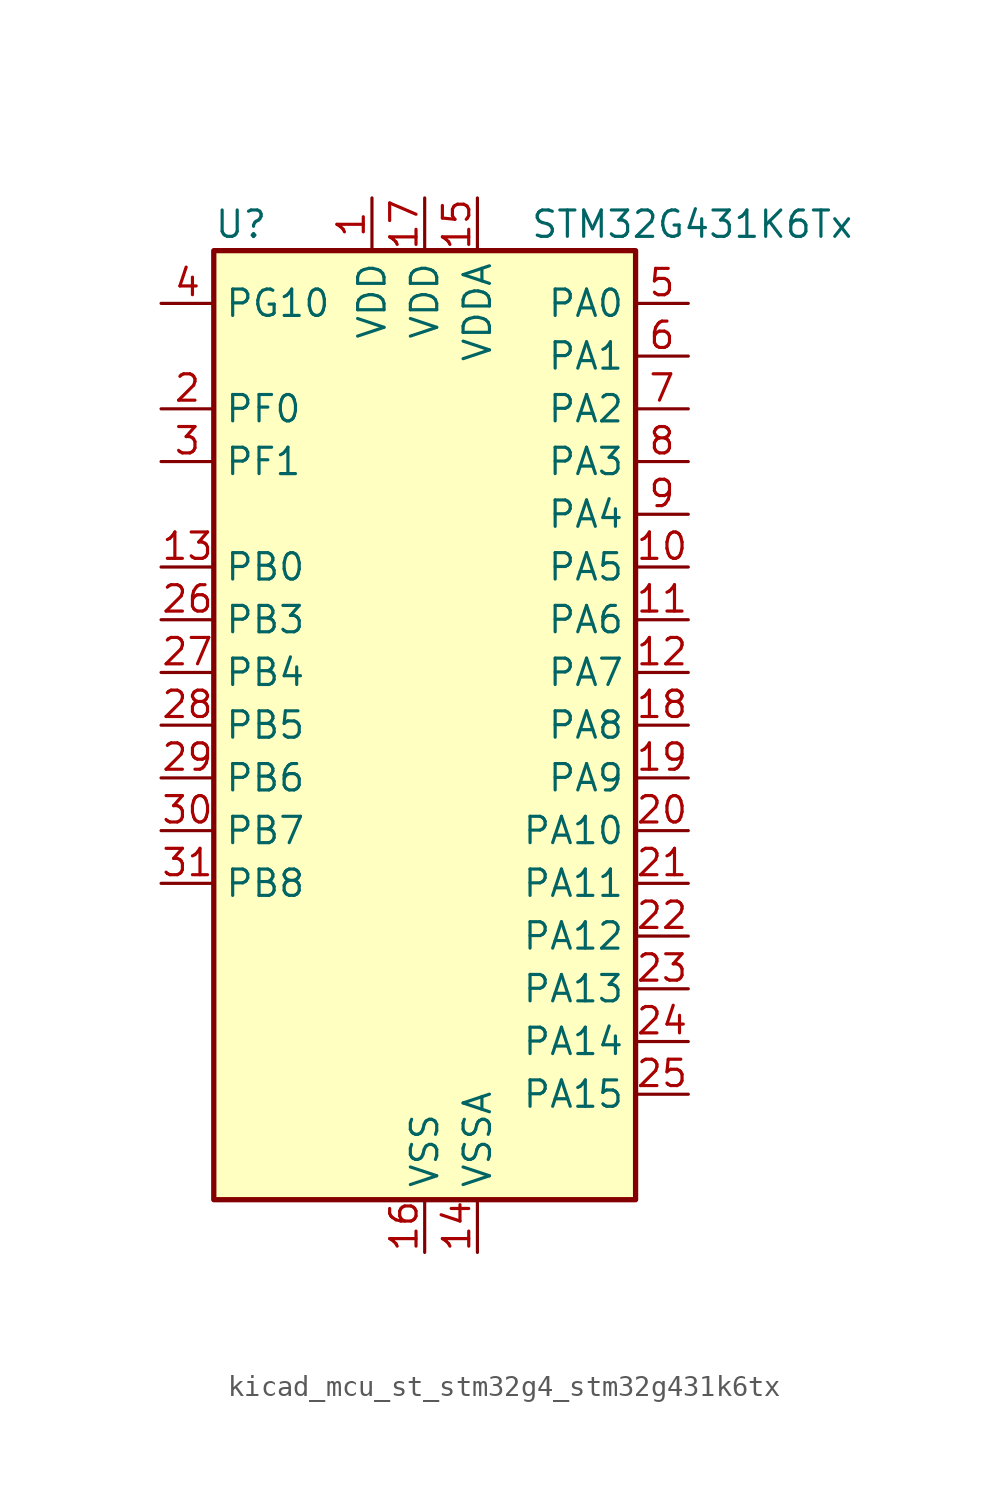
<source format=kicad_sym>
(kicad_symbol_lib
  (version 20220914)
  (generator kicad_symbol_editor)
  (symbol "kicad_mcu_st_stm32g4_stm32g431k6tx"
    (property "Reference" "U"
      (at -10.16 24.13 0)
      (effects (font (size 1.27 1.27)) (justify left)))
    (property "Value" "STM32G431K6Tx"
      (at 5.08 24.13 0)
      (effects (font (size 1.27 1.27)) (justify left)))
    (property "ki_locked" ""
      (at 0 0 0)
      (effects (font (size 1.27 1.27))))
    (symbol "kicad_mcu_st_stm32g4_stm32g431k6tx_0_1"
      (rectangle (start -10.16 -22.86) (end 10.16 22.86) (stroke (width 0.254) (type default)) (fill (type background))))
    (symbol "kicad_mcu_st_stm32g4_stm32g431k6tx_1_1"
      (pin power_in line (at -2.54 25.4 270) (length 2.54) (name "VDD" (effects (font (size 1.27 1.27)))) (number "1" (effects (font (size 1.27 1.27)))))
      (pin bidirectional line (at 12.7 7.62 180) (length 2.54) (name "PA5" (effects (font (size 1.27 1.27)))) (number "10" (effects (font (size 1.27 1.27)))) (alternate "ADC2_IN13" bidirectional line) (alternate "COMP2_INM" bidirectional line) (alternate "DAC1_OUT2" bidirectional line) (alternate "OPAMP2_VINM" bidirectional line) (alternate "OPAMP2_VINM0" bidirectional line) (alternate "OPAMP2_VINM_SEC" bidirectional line) (alternate "SPI1_SCK" bidirectional line) (alternate "TIM2_CH1" bidirectional line) (alternate "TIM2_ETR" bidirectional line) (alternate "UCPD1_FRSTX1" bidirectional line) (alternate "UCPD1_FRSTX2" bidirectional line))
      (pin bidirectional line (at 12.7 5.08 180) (length 2.54) (name "PA6" (effects (font (size 1.27 1.27)))) (number "11" (effects (font (size 1.27 1.27)))) (alternate "ADC2_IN3" bidirectional line) (alternate "COMP1_OUT" bidirectional line) (alternate "LPUART1_CTS" bidirectional line) (alternate "OPAMP2_VOUT" bidirectional line) (alternate "SPI1_MISO" bidirectional line) (alternate "TIM16_CH1" bidirectional line) (alternate "TIM1_BKIN" bidirectional line) (alternate "TIM3_CH1" bidirectional line) (alternate "TIM8_BKIN" bidirectional line))
      (pin bidirectional line (at 12.7 2.54 180) (length 2.54) (name "PA7" (effects (font (size 1.27 1.27)))) (number "12" (effects (font (size 1.27 1.27)))) (alternate "ADC2_IN4" bidirectional line) (alternate "COMP2_INP" bidirectional line) (alternate "COMP2_OUT" bidirectional line) (alternate "OPAMP1_VINP" bidirectional line) (alternate "OPAMP1_VINP_SEC" bidirectional line) (alternate "OPAMP2_VINP" bidirectional line) (alternate "OPAMP2_VINP_SEC" bidirectional line) (alternate "SPI1_MOSI" bidirectional line) (alternate "TIM17_CH1" bidirectional line) (alternate "TIM1_CH1N" bidirectional line) (alternate "TIM3_CH2" bidirectional line) (alternate "TIM8_CH1N" bidirectional line) (alternate "UCPD1_FRSTX1" bidirectional line) (alternate "UCPD1_FRSTX2" bidirectional line))
      (pin bidirectional line (at -12.7 7.62 0) (length 2.54) (name "PB0" (effects (font (size 1.27 1.27)))) (number "13" (effects (font (size 1.27 1.27)))) (alternate "ADC1_IN15" bidirectional line) (alternate "COMP4_INP" bidirectional line) (alternate "OPAMP2_VINP" bidirectional line) (alternate "OPAMP2_VINP_SEC" bidirectional line) (alternate "OPAMP3_VINP" bidirectional line) (alternate "OPAMP3_VINP_SEC" bidirectional line) (alternate "TIM1_CH2N" bidirectional line) (alternate "TIM3_CH3" bidirectional line) (alternate "TIM8_CH2N" bidirectional line) (alternate "UCPD1_FRSTX1" bidirectional line) (alternate "UCPD1_FRSTX2" bidirectional line))
      (pin power_in line (at 2.54 -25.4 90) (length 2.54) (name "VSSA" (effects (font (size 1.27 1.27)))) (number "14" (effects (font (size 1.27 1.27)))))
      (pin power_in line (at 2.54 25.4 270) (length 2.54) (name "VDDA" (effects (font (size 1.27 1.27)))) (number "15" (effects (font (size 1.27 1.27)))))
      (pin power_in line (at 0 -25.4 90) (length 2.54) (name "VSS" (effects (font (size 1.27 1.27)))) (number "16" (effects (font (size 1.27 1.27)))))
      (pin power_in line (at 0 25.4 270) (length 2.54) (name "VDD" (effects (font (size 1.27 1.27)))) (number "17" (effects (font (size 1.27 1.27)))))
      (pin bidirectional line (at 12.7 0 180) (length 2.54) (name "PA8" (effects (font (size 1.27 1.27)))) (number "18" (effects (font (size 1.27 1.27)))) (alternate "I2C2_SDA" bidirectional line) (alternate "I2C3_SCL" bidirectional line) (alternate "I2S2_MCK" bidirectional line) (alternate "RCC_MCO" bidirectional line) (alternate "SAI1_CK2" bidirectional line) (alternate "SAI1_SCK_A" bidirectional line) (alternate "TIM1_CH1" bidirectional line) (alternate "TIM4_ETR" bidirectional line) (alternate "USART1_CK" bidirectional line))
      (pin bidirectional line (at 12.7 -2.54 180) (length 2.54) (name "PA9" (effects (font (size 1.27 1.27)))) (number "19" (effects (font (size 1.27 1.27)))) (alternate "DAC1_EXTI9" bidirectional line) (alternate "DAC3_EXTI9" bidirectional line) (alternate "I2C2_SCL" bidirectional line) (alternate "I2C3_SMBA" bidirectional line) (alternate "I2S3_MCK" bidirectional line) (alternate "SAI1_FS_A" bidirectional line) (alternate "TIM15_BKIN" bidirectional line) (alternate "TIM1_CH2" bidirectional line) (alternate "TIM2_CH3" bidirectional line) (alternate "UCPD1_DBCC1" bidirectional line) (alternate "USART1_TX" bidirectional line))
      (pin bidirectional line (at -12.7 15.24 0) (length 2.54) (name "PF0" (effects (font (size 1.27 1.27)))) (number "2" (effects (font (size 1.27 1.27)))) (alternate "ADC1_IN10" bidirectional line) (alternate "I2C2_SDA" bidirectional line) (alternate "I2S2_WS" bidirectional line) (alternate "RCC_OSC_IN" bidirectional line) (alternate "SPI2_NSS" bidirectional line) (alternate "TIM1_CH3N" bidirectional line))
      (pin bidirectional line (at 12.7 -5.08 180) (length 2.54) (name "PA10" (effects (font (size 1.27 1.27)))) (number "20" (effects (font (size 1.27 1.27)))) (alternate "CRS_SYNC" bidirectional line) (alternate "DAC1_EXTI10" bidirectional line) (alternate "DAC3_EXTI10" bidirectional line) (alternate "I2C2_SMBA" bidirectional line) (alternate "SAI1_D1" bidirectional line) (alternate "SAI1_SD_A" bidirectional line) (alternate "SPI2_MISO" bidirectional line) (alternate "TIM17_BKIN" bidirectional line) (alternate "TIM1_CH3" bidirectional line) (alternate "TIM2_CH4" bidirectional line) (alternate "TIM8_BKIN" bidirectional line) (alternate "UCPD1_DBCC2" bidirectional line) (alternate "USART1_RX" bidirectional line))
      (pin bidirectional line (at 12.7 -7.62 180) (length 2.54) (name "PA11" (effects (font (size 1.27 1.27)))) (number "21" (effects (font (size 1.27 1.27)))) (alternate "ADC1_EXTI11" bidirectional line) (alternate "ADC2_EXTI11" bidirectional line) (alternate "COMP1_OUT" bidirectional line) (alternate "FDCAN1_RX" bidirectional line) (alternate "I2S2_SD" bidirectional line) (alternate "SPI2_MOSI" bidirectional line) (alternate "TIM1_BKIN2" bidirectional line) (alternate "TIM1_CH1N" bidirectional line) (alternate "TIM1_CH4" bidirectional line) (alternate "TIM4_CH1" bidirectional line) (alternate "USART1_CTS" bidirectional line) (alternate "USART1_NSS" bidirectional line) (alternate "USB_DM" bidirectional line))
      (pin bidirectional line (at 12.7 -10.16 180) (length 2.54) (name "PA12" (effects (font (size 1.27 1.27)))) (number "22" (effects (font (size 1.27 1.27)))) (alternate "COMP2_OUT" bidirectional line) (alternate "FDCAN1_TX" bidirectional line) (alternate "I2S_CKIN" bidirectional line) (alternate "TIM16_CH1" bidirectional line) (alternate "TIM1_CH2N" bidirectional line) (alternate "TIM1_ETR" bidirectional line) (alternate "TIM4_CH2" bidirectional line) (alternate "USART1_DE" bidirectional line) (alternate "USART1_RTS" bidirectional line) (alternate "USB_DP" bidirectional line))
      (pin bidirectional line (at 12.7 -12.7 180) (length 2.54) (name "PA13" (effects (font (size 1.27 1.27)))) (number "23" (effects (font (size 1.27 1.27)))) (alternate "I2C1_SCL" bidirectional line) (alternate "IR_OUT" bidirectional line) (alternate "SAI1_SD_B" bidirectional line) (alternate "SYS_JTMS-SWDIO" bidirectional line) (alternate "TIM16_CH1N" bidirectional line) (alternate "TIM4_CH3" bidirectional line))
      (pin bidirectional line (at 12.7 -15.24 180) (length 2.54) (name "PA14" (effects (font (size 1.27 1.27)))) (number "24" (effects (font (size 1.27 1.27)))) (alternate "I2C1_SDA" bidirectional line) (alternate "LPTIM1_OUT" bidirectional line) (alternate "SAI1_FS_B" bidirectional line) (alternate "SYS_JTCK-SWCLK" bidirectional line) (alternate "TIM1_BKIN" bidirectional line) (alternate "TIM8_CH2" bidirectional line) (alternate "USART2_TX" bidirectional line))
      (pin bidirectional line (at 12.7 -17.78 180) (length 2.54) (name "PA15" (effects (font (size 1.27 1.27)))) (number "25" (effects (font (size 1.27 1.27)))) (alternate "ADC1_EXTI15" bidirectional line) (alternate "ADC2_EXTI15" bidirectional line) (alternate "I2C1_SCL" bidirectional line) (alternate "I2S3_WS" bidirectional line) (alternate "SPI1_NSS" bidirectional line) (alternate "SPI3_NSS" bidirectional line) (alternate "SYS_JTDI" bidirectional line) (alternate "TIM1_BKIN" bidirectional line) (alternate "TIM2_CH1" bidirectional line) (alternate "TIM2_ETR" bidirectional line) (alternate "TIM8_CH1" bidirectional line) (alternate "USART2_RX" bidirectional line))
      (pin bidirectional line (at -12.7 5.08 0) (length 2.54) (name "PB3" (effects (font (size 1.27 1.27)))) (number "26" (effects (font (size 1.27 1.27)))) (alternate "CRS_SYNC" bidirectional line) (alternate "I2S3_CK" bidirectional line) (alternate "SAI1_SCK_B" bidirectional line) (alternate "SPI1_SCK" bidirectional line) (alternate "SPI3_SCK" bidirectional line) (alternate "SYS_JTDO-SWO" bidirectional line) (alternate "TIM2_CH2" bidirectional line) (alternate "TIM3_ETR" bidirectional line) (alternate "TIM4_ETR" bidirectional line) (alternate "TIM8_CH1N" bidirectional line) (alternate "USART2_TX" bidirectional line))
      (pin bidirectional line (at -12.7 2.54 0) (length 2.54) (name "PB4" (effects (font (size 1.27 1.27)))) (number "27" (effects (font (size 1.27 1.27)))) (alternate "SAI1_MCLK_B" bidirectional line) (alternate "SPI1_MISO" bidirectional line) (alternate "SPI3_MISO" bidirectional line) (alternate "SYS_JTRST" bidirectional line) (alternate "TIM16_CH1" bidirectional line) (alternate "TIM17_BKIN" bidirectional line) (alternate "TIM3_CH1" bidirectional line) (alternate "TIM8_CH2N" bidirectional line) (alternate "UCPD1_CC2" bidirectional line) (alternate "USART2_RX" bidirectional line))
      (pin bidirectional line (at -12.7 0 0) (length 2.54) (name "PB5" (effects (font (size 1.27 1.27)))) (number "28" (effects (font (size 1.27 1.27)))) (alternate "I2C1_SMBA" bidirectional line) (alternate "I2C3_SDA" bidirectional line) (alternate "I2S3_SD" bidirectional line) (alternate "LPTIM1_IN1" bidirectional line) (alternate "SAI1_SD_B" bidirectional line) (alternate "SPI1_MOSI" bidirectional line) (alternate "SPI3_MOSI" bidirectional line) (alternate "TIM16_BKIN" bidirectional line) (alternate "TIM17_CH1" bidirectional line) (alternate "TIM3_CH2" bidirectional line) (alternate "TIM8_CH3N" bidirectional line) (alternate "USART2_CK" bidirectional line))
      (pin bidirectional line (at -12.7 -2.54 0) (length 2.54) (name "PB6" (effects (font (size 1.27 1.27)))) (number "29" (effects (font (size 1.27 1.27)))) (alternate "COMP4_OUT" bidirectional line) (alternate "LPTIM1_ETR" bidirectional line) (alternate "SAI1_FS_B" bidirectional line) (alternate "TIM16_CH1N" bidirectional line) (alternate "TIM4_CH1" bidirectional line) (alternate "TIM8_BKIN2" bidirectional line) (alternate "TIM8_CH1" bidirectional line) (alternate "TIM8_ETR" bidirectional line) (alternate "UCPD1_CC1" bidirectional line) (alternate "USART1_TX" bidirectional line))
      (pin bidirectional line (at -12.7 12.7 0) (length 2.54) (name "PF1" (effects (font (size 1.27 1.27)))) (number "3" (effects (font (size 1.27 1.27)))) (alternate "ADC2_IN10" bidirectional line) (alternate "COMP3_INM" bidirectional line) (alternate "I2S2_CK" bidirectional line) (alternate "RCC_OSC_OUT" bidirectional line) (alternate "SPI2_SCK" bidirectional line))
      (pin bidirectional line (at -12.7 -5.08 0) (length 2.54) (name "PB7" (effects (font (size 1.27 1.27)))) (number "30" (effects (font (size 1.27 1.27)))) (alternate "COMP3_OUT" bidirectional line) (alternate "I2C1_SDA" bidirectional line) (alternate "LPTIM1_IN2" bidirectional line) (alternate "SYS_PVD_IN" bidirectional line) (alternate "TIM17_CH1N" bidirectional line) (alternate "TIM3_CH4" bidirectional line) (alternate "TIM4_CH2" bidirectional line) (alternate "TIM8_BKIN" bidirectional line) (alternate "USART1_RX" bidirectional line))
      (pin bidirectional line (at -12.7 -7.62 0) (length 2.54) (name "PB8" (effects (font (size 1.27 1.27)))) (number "31" (effects (font (size 1.27 1.27)))) (alternate "COMP1_OUT" bidirectional line) (alternate "FDCAN1_RX" bidirectional line) (alternate "I2C1_SCL" bidirectional line) (alternate "SAI1_CK1" bidirectional line) (alternate "SAI1_MCLK_A" bidirectional line) (alternate "TIM16_CH1" bidirectional line) (alternate "TIM1_BKIN" bidirectional line) (alternate "TIM4_CH3" bidirectional line) (alternate "TIM8_CH2" bidirectional line))
      (pin passive line (at 0 -25.4 90) (length 2.54) hide (name "VSS" (effects (font (size 1.27 1.27)))) (number "32" (effects (font (size 1.27 1.27)))))
      (pin bidirectional line (at -12.7 20.32 0) (length 2.54) (name "PG10" (effects (font (size 1.27 1.27)))) (number "4" (effects (font (size 1.27 1.27)))) (alternate "DAC1_EXTI10" bidirectional line) (alternate "DAC3_EXTI10" bidirectional line) (alternate "RCC_MCO" bidirectional line))
      (pin bidirectional line (at 12.7 20.32 180) (length 2.54) (name "PA0" (effects (font (size 1.27 1.27)))) (number "5" (effects (font (size 1.27 1.27)))) (alternate "ADC1_IN1" bidirectional line) (alternate "ADC2_IN1" bidirectional line) (alternate "COMP1_INM" bidirectional line) (alternate "COMP1_OUT" bidirectional line) (alternate "COMP3_INP" bidirectional line) (alternate "RTC_TAMP2" bidirectional line) (alternate "SYS_WKUP1" bidirectional line) (alternate "TIM2_CH1" bidirectional line) (alternate "TIM2_ETR" bidirectional line) (alternate "TIM8_BKIN" bidirectional line) (alternate "TIM8_ETR" bidirectional line) (alternate "USART2_CTS" bidirectional line) (alternate "USART2_NSS" bidirectional line))
      (pin bidirectional line (at 12.7 17.78 180) (length 2.54) (name "PA1" (effects (font (size 1.27 1.27)))) (number "6" (effects (font (size 1.27 1.27)))) (alternate "ADC1_IN2" bidirectional line) (alternate "ADC2_IN2" bidirectional line) (alternate "COMP1_INP" bidirectional line) (alternate "OPAMP1_VINP" bidirectional line) (alternate "OPAMP1_VINP_SEC" bidirectional line) (alternate "OPAMP3_VINP" bidirectional line) (alternate "OPAMP3_VINP_SEC" bidirectional line) (alternate "RTC_REFIN" bidirectional line) (alternate "TIM15_CH1N" bidirectional line) (alternate "TIM2_CH2" bidirectional line) (alternate "USART2_DE" bidirectional line) (alternate "USART2_RTS" bidirectional line))
      (pin bidirectional line (at 12.7 15.24 180) (length 2.54) (name "PA2" (effects (font (size 1.27 1.27)))) (number "7" (effects (font (size 1.27 1.27)))) (alternate "ADC1_IN3" bidirectional line) (alternate "COMP2_INM" bidirectional line) (alternate "COMP2_OUT" bidirectional line) (alternate "LPUART1_TX" bidirectional line) (alternate "OPAMP1_VOUT" bidirectional line) (alternate "RCC_LSCO" bidirectional line) (alternate "SYS_WKUP4" bidirectional line) (alternate "TIM15_CH1" bidirectional line) (alternate "TIM2_CH3" bidirectional line) (alternate "UCPD1_FRSTX1" bidirectional line) (alternate "UCPD1_FRSTX2" bidirectional line) (alternate "USART2_TX" bidirectional line))
      (pin bidirectional line (at 12.7 12.7 180) (length 2.54) (name "PA3" (effects (font (size 1.27 1.27)))) (number "8" (effects (font (size 1.27 1.27)))) (alternate "ADC1_IN4" bidirectional line) (alternate "COMP2_INP" bidirectional line) (alternate "LPUART1_RX" bidirectional line) (alternate "OPAMP1_VINM" bidirectional line) (alternate "OPAMP1_VINM0" bidirectional line) (alternate "OPAMP1_VINM_SEC" bidirectional line) (alternate "OPAMP1_VINP" bidirectional line) (alternate "OPAMP1_VINP_SEC" bidirectional line) (alternate "SAI1_CK1" bidirectional line) (alternate "SAI1_MCLK_A" bidirectional line) (alternate "TIM15_CH2" bidirectional line) (alternate "TIM2_CH4" bidirectional line) (alternate "USART2_RX" bidirectional line))
      (pin bidirectional line (at 12.7 10.16 180) (length 2.54) (name "PA4" (effects (font (size 1.27 1.27)))) (number "9" (effects (font (size 1.27 1.27)))) (alternate "ADC2_IN17" bidirectional line) (alternate "COMP1_INM" bidirectional line) (alternate "DAC1_OUT1" bidirectional line) (alternate "I2S3_WS" bidirectional line) (alternate "SAI1_FS_B" bidirectional line) (alternate "SPI1_NSS" bidirectional line) (alternate "SPI3_NSS" bidirectional line) (alternate "TIM3_CH2" bidirectional line) (alternate "USART2_CK" bidirectional line)))))
</source>
